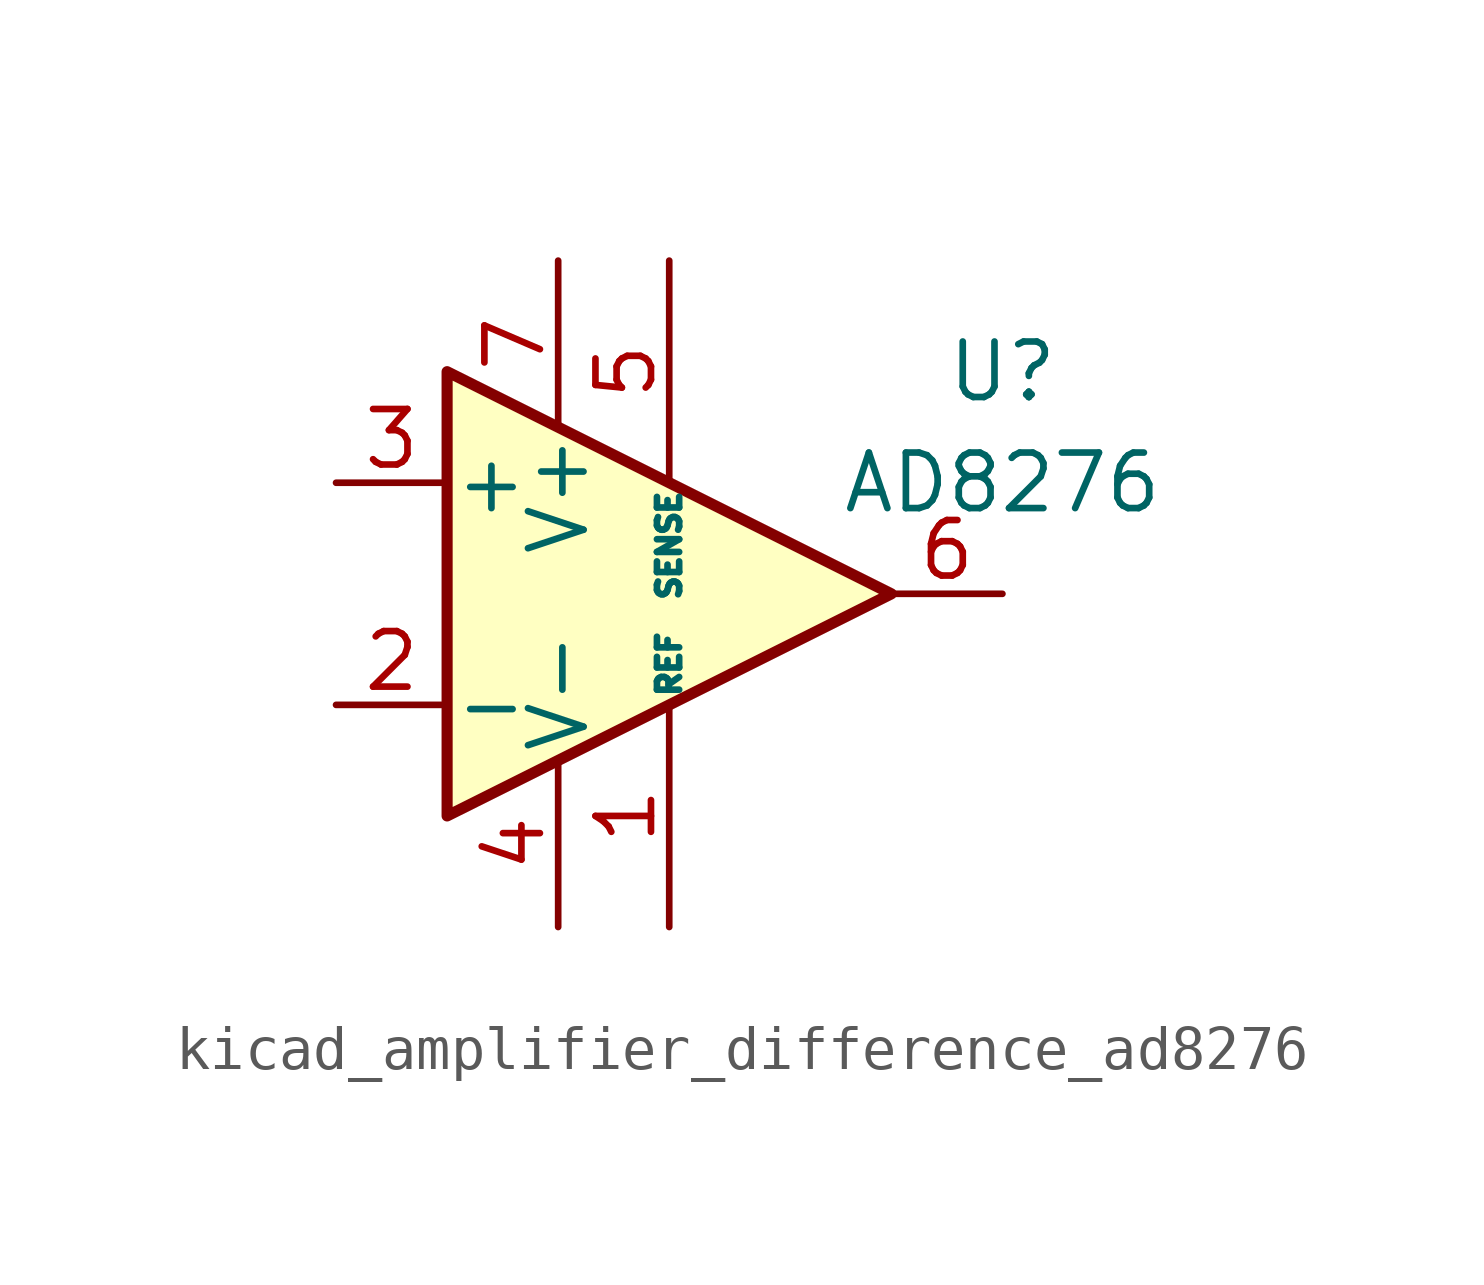
<source format=kicad_sym>
(kicad_symbol_lib
  (version 20220914)
  (generator kicad_symbol_editor)
  (symbol "kicad_amplifier_difference_ad8276"
    (pin_names
      (offset 0.127))
    (property "Reference" "U"
      (at 7.62 5.08 0)
      (effects (font (size 1.27 1.27))))
    (property "Value" "AD8276"
      (at 7.62 2.54 0)
      (effects (font (size 1.27 1.27))))
    (symbol "kicad_amplifier_difference_ad8276_0_1"
      (polyline (pts (xy -5.08 5.08) (xy 5.08 0) (xy -5.08 -5.08) (xy -5.08 5.08)) (stroke (width 0.254) (type default)) (fill (type background))))
    (symbol "kicad_amplifier_difference_ad8276_1_1"
      (pin passive line (at 0 -7.62 90) (length 5.08) (name "REF" (effects (font (size 0.508 0.508)))) (number "1" (effects (font (size 1.27 1.27)))))
      (pin passive line (at -7.62 -2.54 0) (length 2.54) (name "-" (effects (font (size 1.27 1.27)))) (number "2" (effects (font (size 1.27 1.27)))))
      (pin passive line (at -7.62 2.54 0) (length 2.54) (name "+" (effects (font (size 1.27 1.27)))) (number "3" (effects (font (size 1.27 1.27)))))
      (pin power_in line (at -2.54 -7.62 90) (length 3.81) (name "V-" (effects (font (size 1.27 1.27)))) (number "4" (effects (font (size 1.27 1.27)))))
      (pin passive line (at 0 7.62 270) (length 5.08) (name "SENSE" (effects (font (size 0.508 0.508)))) (number "5" (effects (font (size 1.27 1.27)))))
      (pin output line (at 7.62 0 180) (length 2.54) (name "~" (effects (font (size 1.27 1.27)))) (number "6" (effects (font (size 1.27 1.27)))))
      (pin power_in line (at -2.54 7.62 270) (length 3.81) (name "V+" (effects (font (size 1.27 1.27)))) (number "7" (effects (font (size 1.27 1.27)))))
      (pin no_connect line (at -5.08 0 0) (length 2.54) hide (name "~" (effects (font (size 1.27 1.27)))) (number "8" (effects (font (size 1.27 1.27))))))))
</source>
